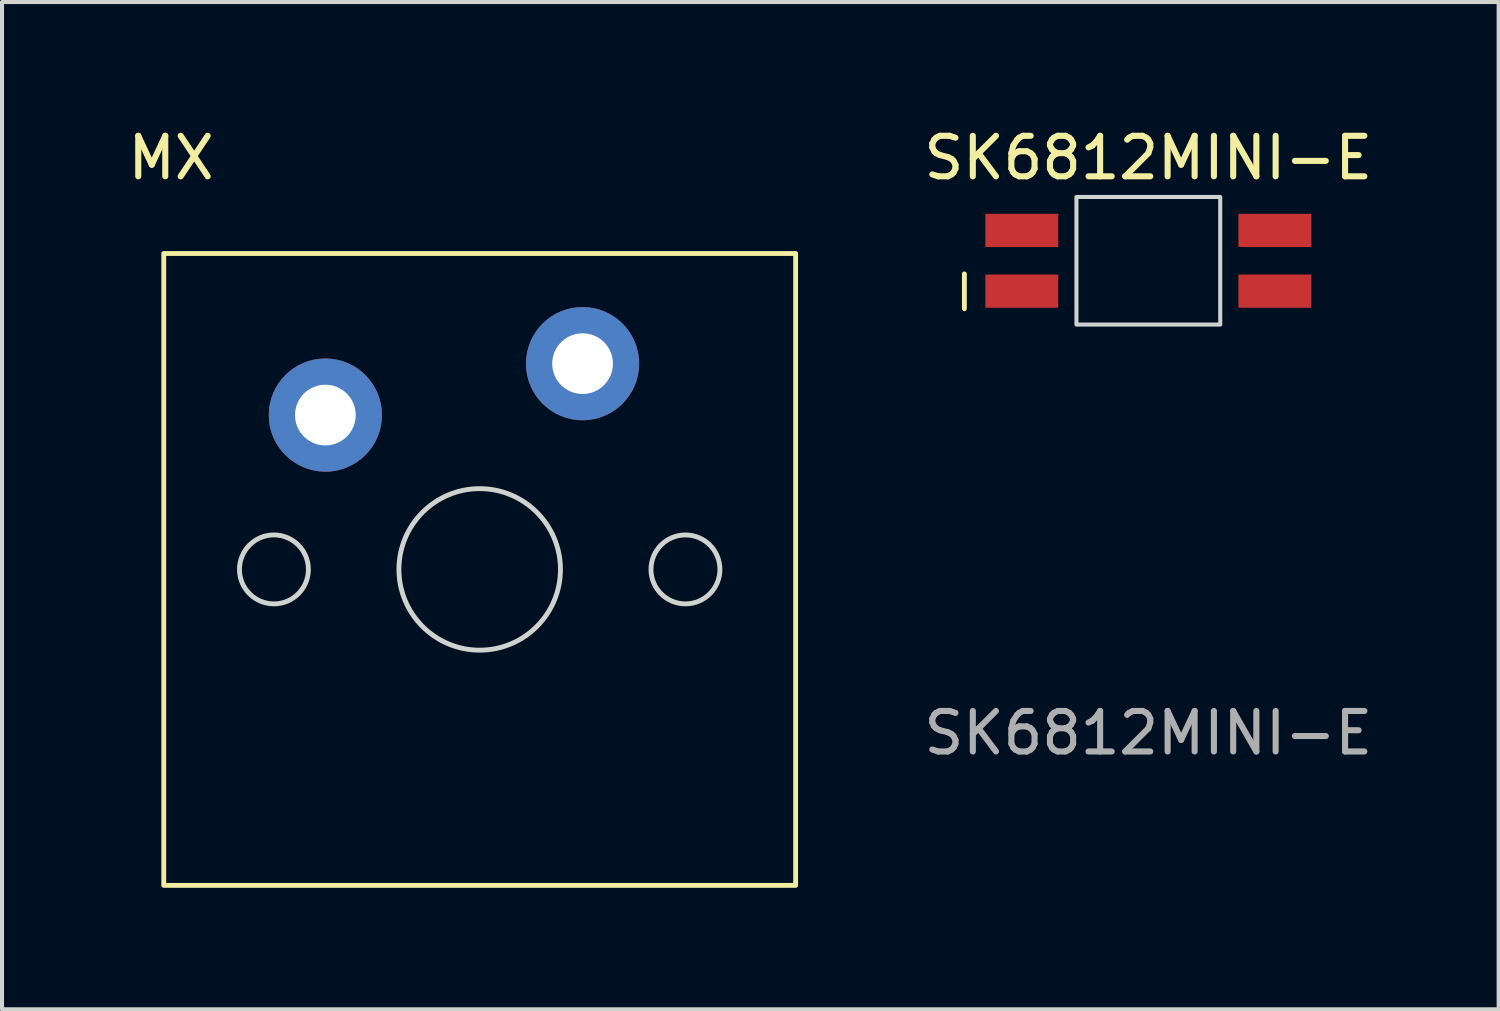
<source format=kicad_pcb>
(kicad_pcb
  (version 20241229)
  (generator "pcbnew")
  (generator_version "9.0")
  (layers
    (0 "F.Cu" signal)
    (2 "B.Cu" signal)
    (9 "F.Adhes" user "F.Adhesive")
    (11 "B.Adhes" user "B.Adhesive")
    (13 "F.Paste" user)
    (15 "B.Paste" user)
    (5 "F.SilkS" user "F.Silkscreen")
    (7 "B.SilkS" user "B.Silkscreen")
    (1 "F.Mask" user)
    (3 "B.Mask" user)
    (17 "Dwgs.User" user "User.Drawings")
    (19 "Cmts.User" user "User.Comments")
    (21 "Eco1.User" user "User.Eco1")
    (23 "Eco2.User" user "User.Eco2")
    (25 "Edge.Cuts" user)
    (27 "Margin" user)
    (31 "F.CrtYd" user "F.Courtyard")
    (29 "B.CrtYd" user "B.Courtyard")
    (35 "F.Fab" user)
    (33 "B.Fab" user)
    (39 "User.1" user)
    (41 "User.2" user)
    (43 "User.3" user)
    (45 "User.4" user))
  (footprint "MX"
    (layer "F.Cu")
    (at 8.793 11.008)
    (property "Reference" "MX" (at -7.62 -10.16 0) (unlocked yes) (layer "F.SilkS") (effects (font (size 1 1) (thickness 0.15))))
    (fp_rect (start -7.8 -7.8) (end 7.8 7.8) (stroke (width 0.12) (type solid)) (fill no) (layer "F.SilkS"))
    (fp_circle (center -5.08 0) (end -4.229 0) (stroke (width 0.12) (type solid)) (fill no) (layer "Edge.Cuts"))
    (fp_circle (center 0 0) (end 1.994 0) (stroke (width 0.12) (type solid)) (fill no) (layer "Edge.Cuts"))
    (fp_circle (center 5.08 0) (end 5.931 0) (stroke (width 0.12) (type solid)) (fill no) (layer "Edge.Cuts"))
    (pad "1" thru_hole circle (at -3.81 -3.81) (size 2.794 2.794) (drill 1.499) (layers "*.Cu" "*.Mask"))
    (pad "1" thru_hole circle (at 2.54 -5.08) (size 2.794 2.794) (drill 1.499) (layers "*.Cu" "*.Mask")))
  (footprint "SK6812MINI-E"
    (layer "F.Cu")
    (at 25.301 3.388)
    (property "Reference" "SK6812MINI-E" (at 0 -2.54 0) (unlocked yes) (layer "F.SilkS") (effects (font (size 1 1) (thickness 0.15))))
    (attr through_hole exclude_from_pos_files exclude_from_bom)
    (fp_line (start -4.542 1.184) (end -4.542 0.324) (stroke (width 0.12) (type solid)) (layer "F.SilkS"))
    (fp_rect (start -1.775 -1.575) (end 1.775 1.575) (stroke (width 0.1) (type default)) (fill no) (layer "Edge.Cuts"))
    (fp_text user "${REFERENCE}" (at 0 11.66 0) (unlocked yes) (layer "F.Fab") (effects (font (size 1 1) (thickness 0.15))))
    (pad "1" smd rect (at 3.124 -0.75) (size 1.8 0.82) (layers "F.Cu" "F.Mask" "F.Paste"))
    (pad "2" smd rect (at 3.124 0.75) (size 1.8 0.82) (layers "F.Cu" "F.Mask" "F.Paste"))
    (pad "3" smd rect (at -3.124 0.75) (size 1.8 0.82) (layers "F.Cu" "F.Mask" "F.Paste"))
    (pad "4" smd rect (at -3.124 -0.75) (size 1.8 0.82) (layers "F.Cu" "F.Mask" "F.Paste")))
  (gr_rect
    (start -3 -3)
    (end 33.95 21.868)
    (stroke (width 0.1) (type default))
    (fill no)
    (layer "Edge.Cuts")))
</source>
